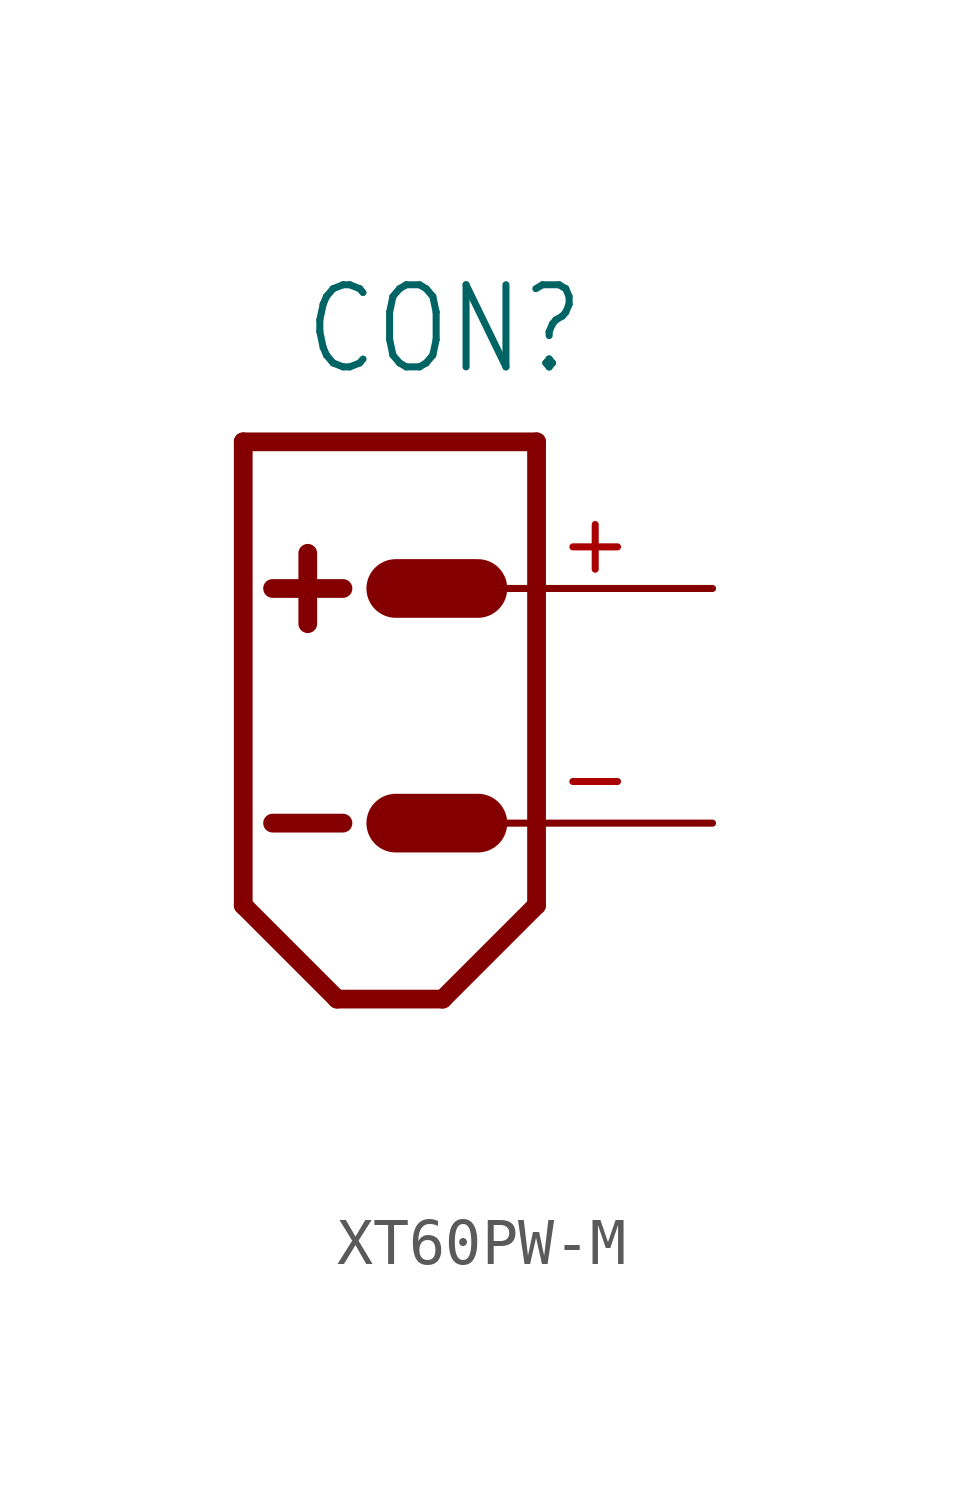
<source format=kicad_sym>
(kicad_symbol_lib
  (version 20220914)
  (generator kicad_symbol_editor)
  (symbol "XT60PW-M"
    (property "Reference" "CON"
      (at -3.81 7.112 0)
      (effects (font (size 1.778 1.511)) (justify left bottom)))
    (property "Value" ""
      (at -3.81 -8.89 0)
      (effects (font (size 1.778 1.511)) (justify left bottom)))
    (property "ki_locked" ""
      (at 0 0 0)
      (effects (font (size 1.27 1.27))))
    (symbol "XT60PW-M_1_0"
      (polyline (pts (xy -5.08 -4.318) (xy -3.048 -6.35)) (stroke (width 0.406) (type solid)) (fill (type none)))
      (polyline (pts (xy -5.08 5.715) (xy -5.08 -4.318)) (stroke (width 0.406) (type solid)) (fill (type none)))
      (polyline (pts (xy -5.08 5.715) (xy 1.27 5.715)) (stroke (width 0.406) (type solid)) (fill (type none)))
      (polyline (pts (xy -4.445 -2.54) (xy -2.921 -2.54)) (stroke (width 0.406) (type solid)) (fill (type none)))
      (polyline (pts (xy -4.445 2.54) (xy -2.921 2.54)) (stroke (width 0.406) (type solid)) (fill (type none)))
      (polyline (pts (xy -3.683 3.302) (xy -3.683 1.778)) (stroke (width 0.406) (type solid)) (fill (type none)))
      (polyline (pts (xy -3.048 -6.35) (xy -0.762 -6.35)) (stroke (width 0.406) (type solid)) (fill (type none)))
      (polyline (pts (xy -0.762 -6.35) (xy 1.27 -4.318)) (stroke (width 0.406) (type solid)) (fill (type none)))
      (polyline (pts (xy 0 -2.54) (xy -1.778 -2.54)) (stroke (width 1.27) (type solid)) (fill (type none)))
      (polyline (pts (xy 0 2.54) (xy -1.778 2.54)) (stroke (width 1.27) (type solid)) (fill (type none)))
      (polyline (pts (xy 1.27 -4.318) (xy 1.27 5.715)) (stroke (width 0.406) (type solid)) (fill (type none)))
      (pin power_in line (at 5.08 2.54 180) (length 5.08) (name "+" (effects (font (size 0 0)))) (number "+" (effects (font (size 1.27 1.27)))))
      (pin power_in line (at 5.08 -2.54 180) (length 5.08) (name "-" (effects (font (size 0 0)))) (number "-" (effects (font (size 1.27 1.27))))))))
</source>
